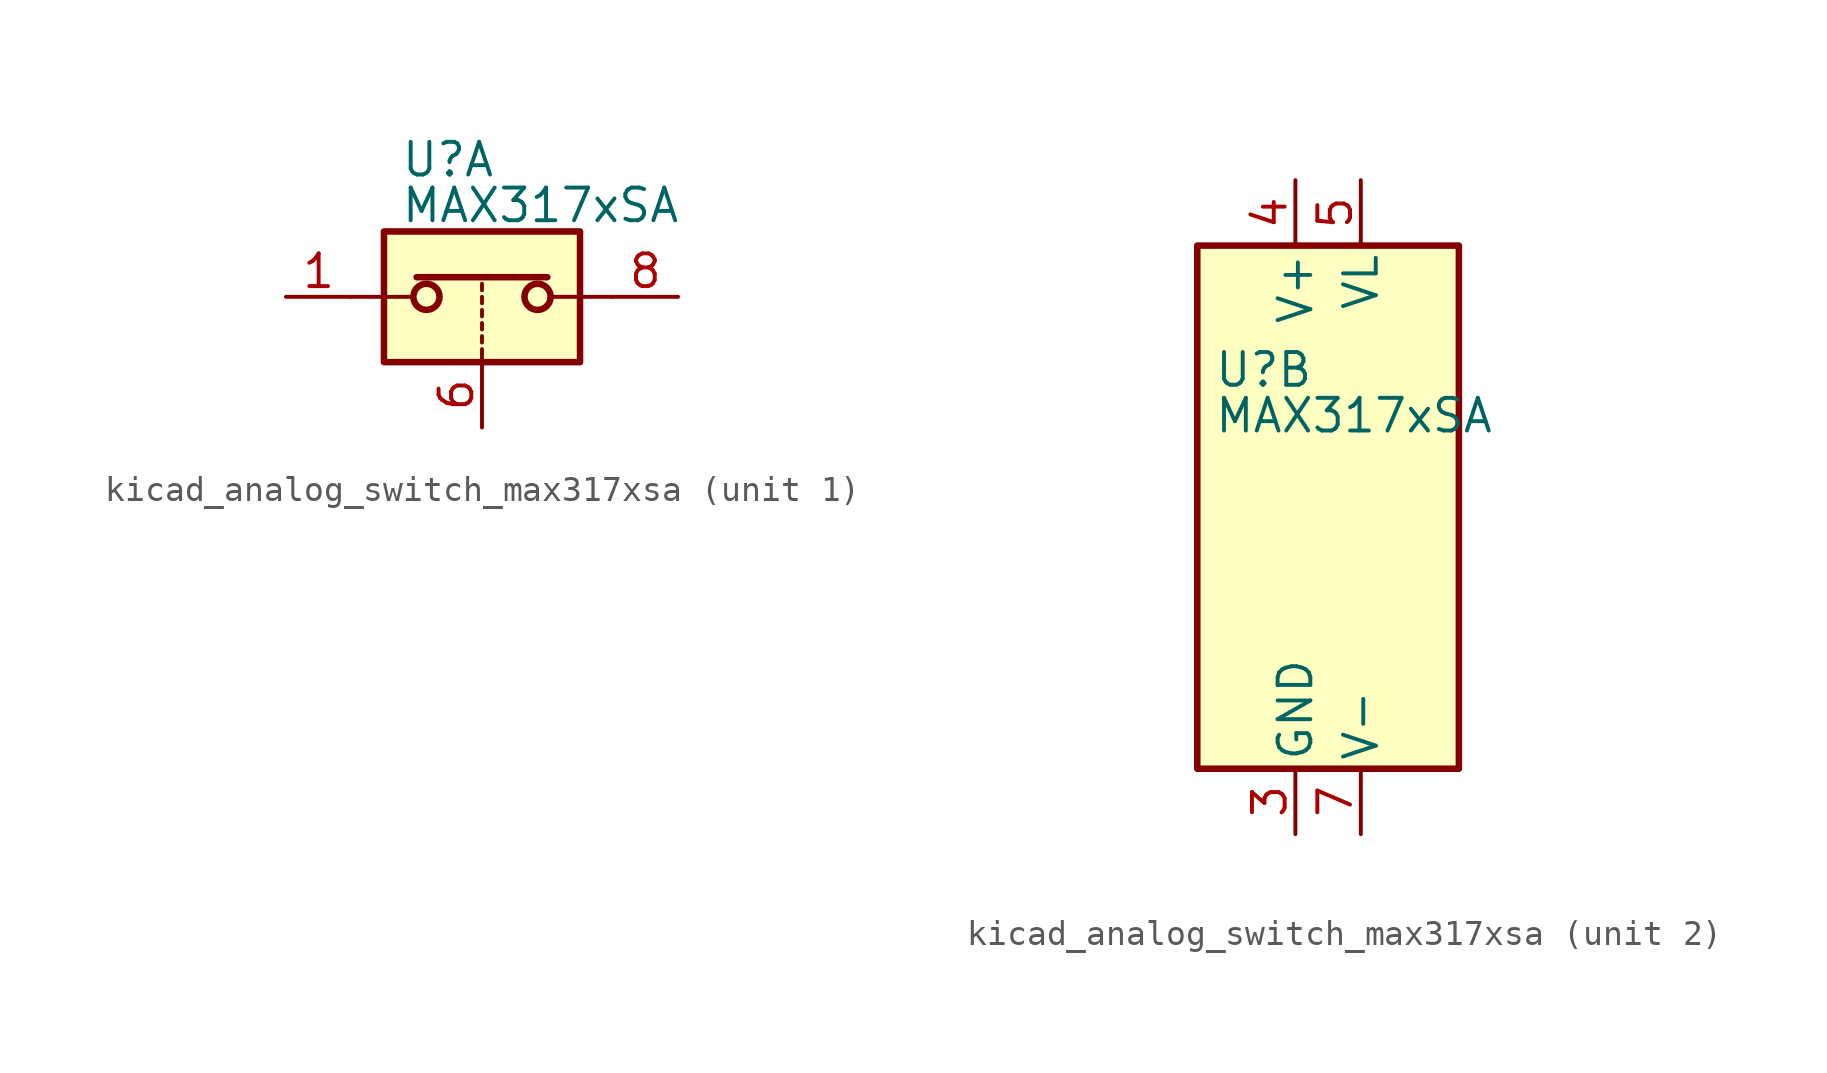
<source format=kicad_sym>
(kicad_symbol_lib
  (version 20220914)
  (generator kicad_symbol_editor)
  (symbol "kicad_analog_switch_max317xsa"
    (pin_names
      (offset 0.254))
    (property "Reference" "U"
      (at -3.175 5.334 0)
      (effects (font (size 1.27 1.27)) (justify left)))
    (property "Value" "MAX317xSA"
      (at -3.175 3.556 0)
      (effects (font (size 1.27 1.27)) (justify left)))
    (symbol "kicad_analog_switch_max317xsa_1_1"
      (rectangle (start -3.81 2.54) (end 3.81 -2.54) (stroke (width 0.254) (type default)) (fill (type background)))
      (circle (center -2.159 0) (radius 0.508) (stroke (width 0.254) (type default)) (fill (type none)))
      (polyline (pts (xy -5.08 0) (xy -2.794 0)) (stroke (width 0) (type default)) (fill (type none)))
      (polyline (pts (xy -2.54 0.762) (xy 2.54 0.762)) (stroke (width 0.254) (type default)) (fill (type none)))
      (polyline (pts (xy 0 -2.54) (xy 0 -2.032)) (stroke (width 0) (type default)) (fill (type none)))
      (polyline (pts (xy 0 -1.778) (xy 0 -1.524)) (stroke (width 0) (type default)) (fill (type none)))
      (polyline (pts (xy 0 -1.27) (xy 0 -1.016)) (stroke (width 0) (type default)) (fill (type none)))
      (polyline (pts (xy 0 -0.762) (xy 0 -0.508)) (stroke (width 0) (type default)) (fill (type none)))
      (polyline (pts (xy 0 -0.254) (xy 0 0)) (stroke (width 0) (type default)) (fill (type none)))
      (polyline (pts (xy 0 0.254) (xy 0 0.508)) (stroke (width 0) (type default)) (fill (type none)))
      (polyline (pts (xy 5.08 0) (xy 2.794 0)) (stroke (width 0) (type default)) (fill (type none)))
      (circle (center 2.159 0) (radius 0.508) (stroke (width 0.254) (type default)) (fill (type none)))
      (pin passive line (at -7.62 0 0) (length 2.54) (name "~" (effects (font (size 1.27 1.27)))) (number "1" (effects (font (size 1.27 1.27)))))
      (pin input line (at 0 -5.08 90) (length 2.54) (name "~" (effects (font (size 1.27 1.27)))) (number "6" (effects (font (size 1.27 1.27)))))
      (pin passive line (at 7.62 0 180) (length 2.54) (name "~" (effects (font (size 1.27 1.27)))) (number "8" (effects (font (size 1.27 1.27))))))
    (symbol "kicad_analog_switch_max317xsa_2_0"
      (pin no_connect line (at -2.54 10.16 270) (length 2.54) hide (name "NC" (effects (font (size 1.27 1.27)))) (number "2" (effects (font (size 1.27 1.27)))))
      (pin power_in line (at 0 -12.7 90) (length 2.54) (name "GND" (effects (font (size 1.27 1.27)))) (number "3" (effects (font (size 1.27 1.27)))))
      (pin power_in line (at 0 12.7 270) (length 2.54) (name "V+" (effects (font (size 1.27 1.27)))) (number "4" (effects (font (size 1.27 1.27)))))
      (pin power_in line (at 2.54 12.7 270) (length 2.54) (name "VL" (effects (font (size 1.27 1.27)))) (number "5" (effects (font (size 1.27 1.27)))))
      (pin power_in line (at 2.54 -12.7 90) (length 2.54) (name "V-" (effects (font (size 1.27 1.27)))) (number "7" (effects (font (size 1.27 1.27))))))
    (symbol "kicad_analog_switch_max317xsa_2_1"
      (rectangle (start -3.81 10.16) (end 6.35 -10.16) (stroke (width 0.254) (type default)) (fill (type background))))))
</source>
